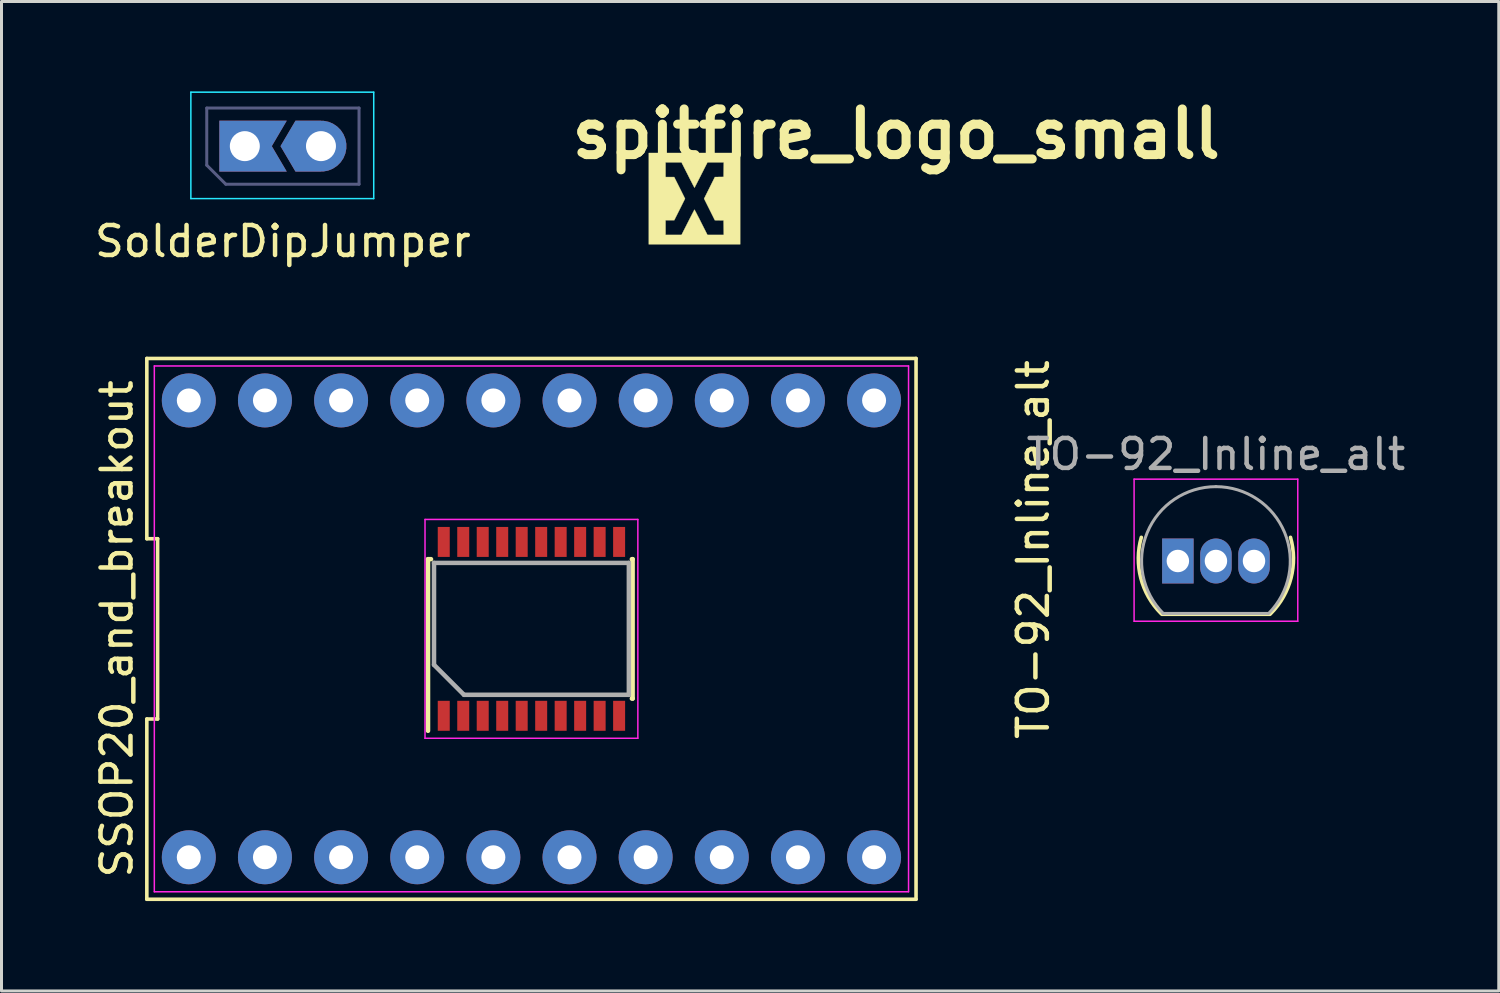
<source format=kicad_pcb>
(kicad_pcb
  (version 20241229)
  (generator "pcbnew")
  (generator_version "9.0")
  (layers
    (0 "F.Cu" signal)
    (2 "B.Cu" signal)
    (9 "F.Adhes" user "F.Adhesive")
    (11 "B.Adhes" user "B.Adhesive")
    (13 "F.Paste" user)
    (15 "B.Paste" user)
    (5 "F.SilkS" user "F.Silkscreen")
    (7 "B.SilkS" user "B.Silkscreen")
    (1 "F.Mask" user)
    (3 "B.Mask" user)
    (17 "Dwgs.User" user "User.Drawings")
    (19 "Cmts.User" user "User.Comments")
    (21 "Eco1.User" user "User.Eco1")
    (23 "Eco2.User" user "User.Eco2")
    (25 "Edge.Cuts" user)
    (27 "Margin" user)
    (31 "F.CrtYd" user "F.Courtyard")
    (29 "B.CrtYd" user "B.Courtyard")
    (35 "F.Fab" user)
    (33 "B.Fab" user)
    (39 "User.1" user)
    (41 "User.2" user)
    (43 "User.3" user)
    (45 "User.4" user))
  (footprint "SolderDipJumper"
    (layer "F.Cu")
    (at 6.387 1.825)
    (property "Reference" "SolderDipJumper" (at 0 3.175 0) (layer "F.SilkS") (effects (font (size 1 1) (thickness 0.15))))
    (attr through_hole)
    (fp_line (start -3.07 -1.8) (end -3.07 1.75) (stroke (width 0.05) (type solid)) (layer "B.CrtYd"))
    (fp_line (start -3.07 1.75) (end 3.03 1.75) (stroke (width 0.05) (type solid)) (layer "B.CrtYd"))
    (fp_line (start 3.03 -1.8) (end -3.07 -1.8) (stroke (width 0.05) (type solid)) (layer "B.CrtYd"))
    (fp_line (start 3.03 1.75) (end 3.03 -1.8) (stroke (width 0.05) (type solid)) (layer "B.CrtYd"))
    (fp_line (start -2.54 -1.27) (end -2.54 0.635) (stroke (width 0.1) (type solid)) (layer "B.Fab"))
    (fp_line (start -2.54 0.635) (end -1.905 1.27) (stroke (width 0.1) (type solid)) (layer "B.Fab"))
    (fp_line (start -1.905 1.27) (end 2.54 1.27) (stroke (width 0.1) (type solid)) (layer "B.Fab"))
    (fp_line (start 2.54 -1.27) (end -2.54 -1.27) (stroke (width 0.1) (type solid)) (layer "B.Fab"))
    (fp_line (start 2.54 1.27) (end 2.54 -1.27) (stroke (width 0.1) (type solid)) (layer "B.Fab"))
    (pad "1" thru_hole custom (at -1.27 0) (size 1.7 1.7) (drill 1) (layers "*.Cu" "*.Mask") (options (anchor rect)) (primitives (gr_poly (pts (xy 1.4 -0.85) (xy 0.9 0) (xy 1.4 0.85) (xy -0.1 0.85) (xy -0.1 -0.85)) (width 0) (fill yes))))
    (pad "2" thru_hole custom (at 1.27 0) (size 1.7 1.7) (drill 1) (layers "*.Cu" "*.Mask") (options (anchor circle)) (primitives (gr_poly (pts (xy -0.85 0.85) (xy -1.35 0) (xy -0.85 -0.85) (xy 0 -0.85) (xy 0 0.85)) (width 0) (fill yes)))))
  (footprint "SSOP20_and_breakout"
    (layer "F.Cu")
    (at 14.678 17.928)
    (property "Reference" "SSOP20_and_breakout" (at -13.83 0 90) (layer "F.SilkS") (effects (font (size 1 1) (thickness 0.15))))
    (attr through_hole)
    (fp_line (start -12.83 -9.02) (end -12.83 -3.007) (stroke (width 0.12) (type solid)) (layer "F.SilkS"))
    (fp_line (start -12.83 -3.007) (end -12.47 -3.007) (stroke (width 0.12) (type solid)) (layer "F.SilkS"))
    (fp_line (start -12.83 3.007) (end -12.83 9.02) (stroke (width 0.12) (type solid)) (layer "F.SilkS"))
    (fp_line (start -12.83 9.02) (end 12.83 9.02) (stroke (width 0.12) (type solid)) (layer "F.SilkS"))
    (fp_line (start -12.47 -3.007) (end -12.47 3.007) (stroke (width 0.12) (type solid)) (layer "F.SilkS"))
    (fp_line (start -12.47 3.007) (end -12.83 3.007) (stroke (width 0.12) (type solid)) (layer "F.SilkS"))
    (fp_line (start -3.45 -2.325) (end -3.35 -2.325) (stroke (width 0.15) (type solid)) (layer "F.SilkS"))
    (fp_line (start -3.45 3.4) (end -3.45 -2.325) (stroke (width 0.15) (type solid)) (layer "F.SilkS"))
    (fp_line (start 3.375 -2.325) (end 3.35 -2.325) (stroke (width 0.15) (type solid)) (layer "F.SilkS"))
    (fp_line (start 3.375 2.325) (end 3.35 2.325) (stroke (width 0.15) (type solid)) (layer "F.SilkS"))
    (fp_line (start 3.375 2.325) (end 3.375 -2.325) (stroke (width 0.15) (type solid)) (layer "F.SilkS"))
    (fp_line (start 12.83 -9.02) (end -12.83 -9.02) (stroke (width 0.12) (type solid)) (layer "F.SilkS"))
    (fp_line (start 12.83 9.02) (end 12.83 -9.02) (stroke (width 0.12) (type solid)) (layer "F.SilkS"))
    (fp_line (start -12.58 -8.77) (end 12.58 -8.77) (stroke (width 0.05) (type solid)) (layer "F.CrtYd"))
    (fp_line (start -12.58 8.77) (end -12.58 -8.77) (stroke (width 0.05) (type solid)) (layer "F.CrtYd"))
    (fp_line (start -3.55 -3.65) (end 3.55 -3.65) (stroke (width 0.05) (type solid)) (layer "F.CrtYd"))
    (fp_line (start -3.55 3.65) (end -3.55 -3.65) (stroke (width 0.05) (type solid)) (layer "F.CrtYd"))
    (fp_line (start -3.55 3.65) (end 3.55 3.65) (stroke (width 0.05) (type solid)) (layer "F.CrtYd"))
    (fp_line (start 3.55 3.65) (end 3.55 -3.65) (stroke (width 0.05) (type solid)) (layer "F.CrtYd"))
    (fp_line (start 12.58 -8.77) (end 12.58 8.77) (stroke (width 0.05) (type solid)) (layer "F.CrtYd"))
    (fp_line (start 12.58 8.77) (end -12.58 8.77) (stroke (width 0.05) (type solid)) (layer "F.CrtYd"))
    (fp_line (start -3.25 -2.2) (end 3.25 -2.2) (stroke (width 0.15) (type solid)) (layer "F.Fab"))
    (fp_line (start -3.25 1.2) (end -3.25 -2.2) (stroke (width 0.15) (type solid)) (layer "F.Fab"))
    (fp_line (start -2.25 2.2) (end -3.25 1.2) (stroke (width 0.15) (type solid)) (layer "F.Fab"))
    (fp_line (start 3.25 -2.2) (end 3.25 2.2) (stroke (width 0.15) (type solid)) (layer "F.Fab"))
    (fp_line (start 3.25 2.2) (end -2.25 2.2) (stroke (width 0.15) (type solid)) (layer "F.Fab"))
    (pad "1" thru_hole circle (at -11.43 7.62) (size 1.8 1.8) (drill 0.8) (layers "*.Cu" "*.Mask"))
    (pad "1" smd rect (at -2.925 2.9 90) (size 1 0.4) (layers "F.Cu" "F.Mask" "F.Paste"))
    (pad "2" thru_hole circle (at -8.89 7.62) (size 1.8 1.8) (drill 0.8) (layers "*.Cu" "*.Mask"))
    (pad "2" smd rect (at -2.275 2.9 90) (size 1 0.4) (layers "F.Cu" "F.Mask" "F.Paste"))
    (pad "3" thru_hole circle (at -6.35 7.62) (size 1.8 1.8) (drill 0.8) (layers "*.Cu" "*.Mask"))
    (pad "3" smd rect (at -1.625 2.9 90) (size 1 0.4) (layers "F.Cu" "F.Mask" "F.Paste"))
    (pad "4" thru_hole circle (at -3.81 7.62) (size 1.8 1.8) (drill 0.8) (layers "*.Cu" "*.Mask"))
    (pad "4" smd rect (at -0.975 2.9 90) (size 1 0.4) (layers "F.Cu" "F.Mask" "F.Paste"))
    (pad "5" thru_hole circle (at -1.27 7.62) (size 1.8 1.8) (drill 0.8) (layers "*.Cu" "*.Mask"))
    (pad "5" smd rect (at -0.325 2.9 90) (size 1 0.4) (layers "F.Cu" "F.Mask" "F.Paste"))
    (pad "6" smd rect (at 0.325 2.9 90) (size 1 0.4) (layers "F.Cu" "F.Mask" "F.Paste"))
    (pad "6" thru_hole circle (at 1.27 7.62) (size 1.8 1.8) (drill 0.8) (layers "*.Cu" "*.Mask"))
    (pad "7" smd rect (at 0.975 2.9 90) (size 1 0.4) (layers "F.Cu" "F.Mask" "F.Paste"))
    (pad "7" thru_hole circle (at 3.81 7.62) (size 1.8 1.8) (drill 0.8) (layers "*.Cu" "*.Mask"))
    (pad "8" smd rect (at 1.625 2.9 90) (size 1 0.4) (layers "F.Cu" "F.Mask" "F.Paste"))
    (pad "8" thru_hole circle (at 6.35 7.62) (size 1.8 1.8) (drill 0.8) (layers "*.Cu" "*.Mask"))
    (pad "9" smd rect (at 2.275 2.9 90) (size 1 0.4) (layers "F.Cu" "F.Mask" "F.Paste"))
    (pad "9" thru_hole circle (at 8.89 7.62) (size 1.8 1.8) (drill 0.8) (layers "*.Cu" "*.Mask"))
    (pad "10" smd rect (at 2.925 2.9 90) (size 1 0.4) (layers "F.Cu" "F.Mask" "F.Paste"))
    (pad "10" thru_hole circle (at 11.43 7.62) (size 1.8 1.8) (drill 0.8) (layers "*.Cu" "*.Mask"))
    (pad "11" smd rect (at 2.925 -2.9 90) (size 1 0.4) (layers "F.Cu" "F.Mask" "F.Paste"))
    (pad "11" thru_hole circle (at 11.43 -7.62) (size 1.8 1.8) (drill 0.8) (layers "*.Cu" "*.Mask"))
    (pad "12" smd rect (at 2.275 -2.9 90) (size 1 0.4) (layers "F.Cu" "F.Mask" "F.Paste"))
    (pad "12" thru_hole circle (at 8.89 -7.62) (size 1.8 1.8) (drill 0.8) (layers "*.Cu" "*.Mask"))
    (pad "13" smd rect (at 1.625 -2.9 90) (size 1 0.4) (layers "F.Cu" "F.Mask" "F.Paste"))
    (pad "13" thru_hole circle (at 6.35 -7.62) (size 1.8 1.8) (drill 0.8) (layers "*.Cu" "*.Mask"))
    (pad "14" smd rect (at 0.975 -2.9 90) (size 1 0.4) (layers "F.Cu" "F.Mask" "F.Paste"))
    (pad "14" thru_hole circle (at 3.81 -7.62) (size 1.8 1.8) (drill 0.8) (layers "*.Cu" "*.Mask"))
    (pad "15" smd rect (at 0.325 -2.9 90) (size 1 0.4) (layers "F.Cu" "F.Mask" "F.Paste"))
    (pad "15" thru_hole circle (at 1.27 -7.62) (size 1.8 1.8) (drill 0.8) (layers "*.Cu" "*.Mask"))
    (pad "16" thru_hole circle (at -1.27 -7.62) (size 1.8 1.8) (drill 0.8) (layers "*.Cu" "*.Mask"))
    (pad "16" smd rect (at -0.325 -2.9 90) (size 1 0.4) (layers "F.Cu" "F.Mask" "F.Paste"))
    (pad "17" thru_hole circle (at -3.81 -7.62) (size 1.8 1.8) (drill 0.8) (layers "*.Cu" "*.Mask"))
    (pad "17" smd rect (at -0.975 -2.9 90) (size 1 0.4) (layers "F.Cu" "F.Mask" "F.Paste"))
    (pad "18" thru_hole circle (at -6.35 -7.62) (size 1.8 1.8) (drill 0.8) (layers "*.Cu" "*.Mask"))
    (pad "18" smd rect (at -1.625 -2.9 90) (size 1 0.4) (layers "F.Cu" "F.Mask" "F.Paste"))
    (pad "19" thru_hole circle (at -8.89 -7.62) (size 1.8 1.8) (drill 0.8) (layers "*.Cu" "*.Mask"))
    (pad "19" smd rect (at -2.275 -2.9 90) (size 1 0.4) (layers "F.Cu" "F.Mask" "F.Paste"))
    (pad "20" thru_hole circle (at -11.43 -7.62) (size 1.8 1.8) (drill 0.8) (layers "*.Cu" "*.Mask"))
    (pad "20" smd rect (at -2.925 -2.9 90) (size 1 0.4) (layers "F.Cu" "F.Mask" "F.Paste")))
  (footprint "TO-92_Inline_alt"
    (layer "F.Cu")
    (at 36.242 15.664)
    (property "Reference" "TO-92_Inline_alt" (at -4.826 -0.381 270) (layer "F.SilkS") (effects (font (size 1 1) (thickness 0.15))))
    (attr through_hole)
    (fp_line (start -0.53 1.778) (end 3.07 1.778) (stroke (width 0.12) (type solid)) (layer "F.SilkS"))
    (fp_arc (start -0.560563 1.7526) (mid -1.236038 0.571417) (end -1.2192 -0.789163) (stroke (width 0.12) (type solid)) (layer "F.SilkS"))
    (fp_arc (start 3.757437 -0.789163) (mid 3.774275 0.571417) (end 3.0988 1.7526) (stroke (width 0.12) (type solid)) (layer "F.SilkS"))
    (fp_line (start -1.46 -2.73) (end -1.46 2.01) (stroke (width 0.05) (type solid)) (layer "F.CrtYd"))
    (fp_line (start -1.46 -2.73) (end 4 -2.73) (stroke (width 0.05) (type solid)) (layer "F.CrtYd"))
    (fp_line (start 4 2.01) (end -1.46 2.01) (stroke (width 0.05) (type solid)) (layer "F.CrtYd"))
    (fp_line (start 4 2.01) (end 4 -2.73) (stroke (width 0.05) (type solid)) (layer "F.CrtYd"))
    (fp_line (start -0.5 1.75) (end 3 1.75) (stroke (width 0.1) (type solid)) (layer "F.Fab"))
    (fp_arc (start -0.483625 1.753625) (mid -1.021221 -0.949055) (end 1.27 -2.48) (stroke (width 0.1) (type solid)) (layer "F.Fab"))
    (fp_arc (start 1.27 -2.48) (mid 3.561221 -0.949055) (end 3.023625 1.753625) (stroke (width 0.1) (type solid)) (layer "F.Fab"))
    (fp_text user "${REFERENCE}" (at 1.27 -3.56 180) (layer "F.Fab") (effects (font (size 1 1) (thickness 0.15))))
    (pad "1" thru_hole rect (at 0 0) (size 1.05 1.5) (drill 0.75) (layers "*.Cu" "*.Mask"))
    (pad "2" thru_hole oval (at 1.27 0) (size 1.05 1.5) (drill 0.75) (layers "*.Cu" "*.Mask"))
    (pad "3" thru_hole oval (at 2.54 0) (size 1.05 1.5) (drill 0.75) (layers "*.Cu" "*.Mask")))
  (footprint "spitfire_logo_small"
    (layer "F.Cu")
    (at 20.117 3.577)
    (property "Reference" "spitfire_logo_small" (at 6.731 -2.159 0) (layer "F.SilkS") (effects (font (size 1.524 1.524) (thickness 0.3))))
    (attr through_hole)
    (fp_poly (pts (xy 1.524 1.524) (xy -1.524 1.524) (xy -1.524 -1.209) (xy -0.965 -1.209) (xy -0.965 -0.721) (xy -0.676 -0.721) (xy -0.495 -0.361) (xy -0.315 -0.000001) (xy -0.495 0.361) (xy -0.676 0.721) (xy -0.965 0.721) (xy -0.965 1.209) (xy -0.432 1.209) (xy -0.218 0.787) (xy -0.175 0.702) (xy -0.134 0.622) (xy -0.097 0.55) (xy -0.065 0.487) (xy -0.038 0.436) (xy -0.018 0.397) (xy -0.005 0.373) (xy 0.000045 0.366) (xy 0.006 0.375) (xy 0.019 0.4) (xy 0.04 0.439) (xy 0.068 0.492) (xy 0.1 0.556) (xy 0.138 0.628) (xy 0.179 0.708) (xy 0.218 0.787) (xy 0.432 1.209) (xy 0.704 1.209) (xy 0.976 1.209) (xy 0.973 0.968) (xy 0.97 0.726) (xy 0.68 0.721) (xy 0.5 0.36) (xy 0.32 -0.000001) (xy 0.5 -0.36) (xy 0.68 -0.721) (xy 0.825 -0.724) (xy 0.97 -0.726) (xy 0.973 -0.968) (xy 0.976 -1.209) (xy 0.704 -1.209) (xy 0.432 -1.209) (xy 0.218 -0.787) (xy 0.175 -0.702) (xy 0.134 -0.622) (xy 0.097 -0.55) (xy 0.065 -0.487) (xy 0.038 -0.436) (xy 0.018 -0.397) (xy 0.005 -0.373) (xy 0 -0.366) (xy -0.005 -0.375) (xy -0.019 -0.4) (xy -0.04 -0.44) (xy -0.068 -0.492) (xy -0.1 -0.556) (xy -0.138 -0.629) (xy -0.179 -0.709) (xy -0.218 -0.788) (xy -0.432 -1.209) (xy -0.965 -1.209) (xy -1.524 -1.209) (xy -1.524 -1.524) (xy 1.524 -1.524) (xy 1.524 1.524)) (stroke (width 0.01) (type solid)) (fill yes) (layer "F.SilkS")))
  (gr_rect
    (start -3 -3)
    (end 46.947 30.008)
    (stroke (width 0.1) (type default))
    (fill no)
    (layer "Edge.Cuts")))
</source>
